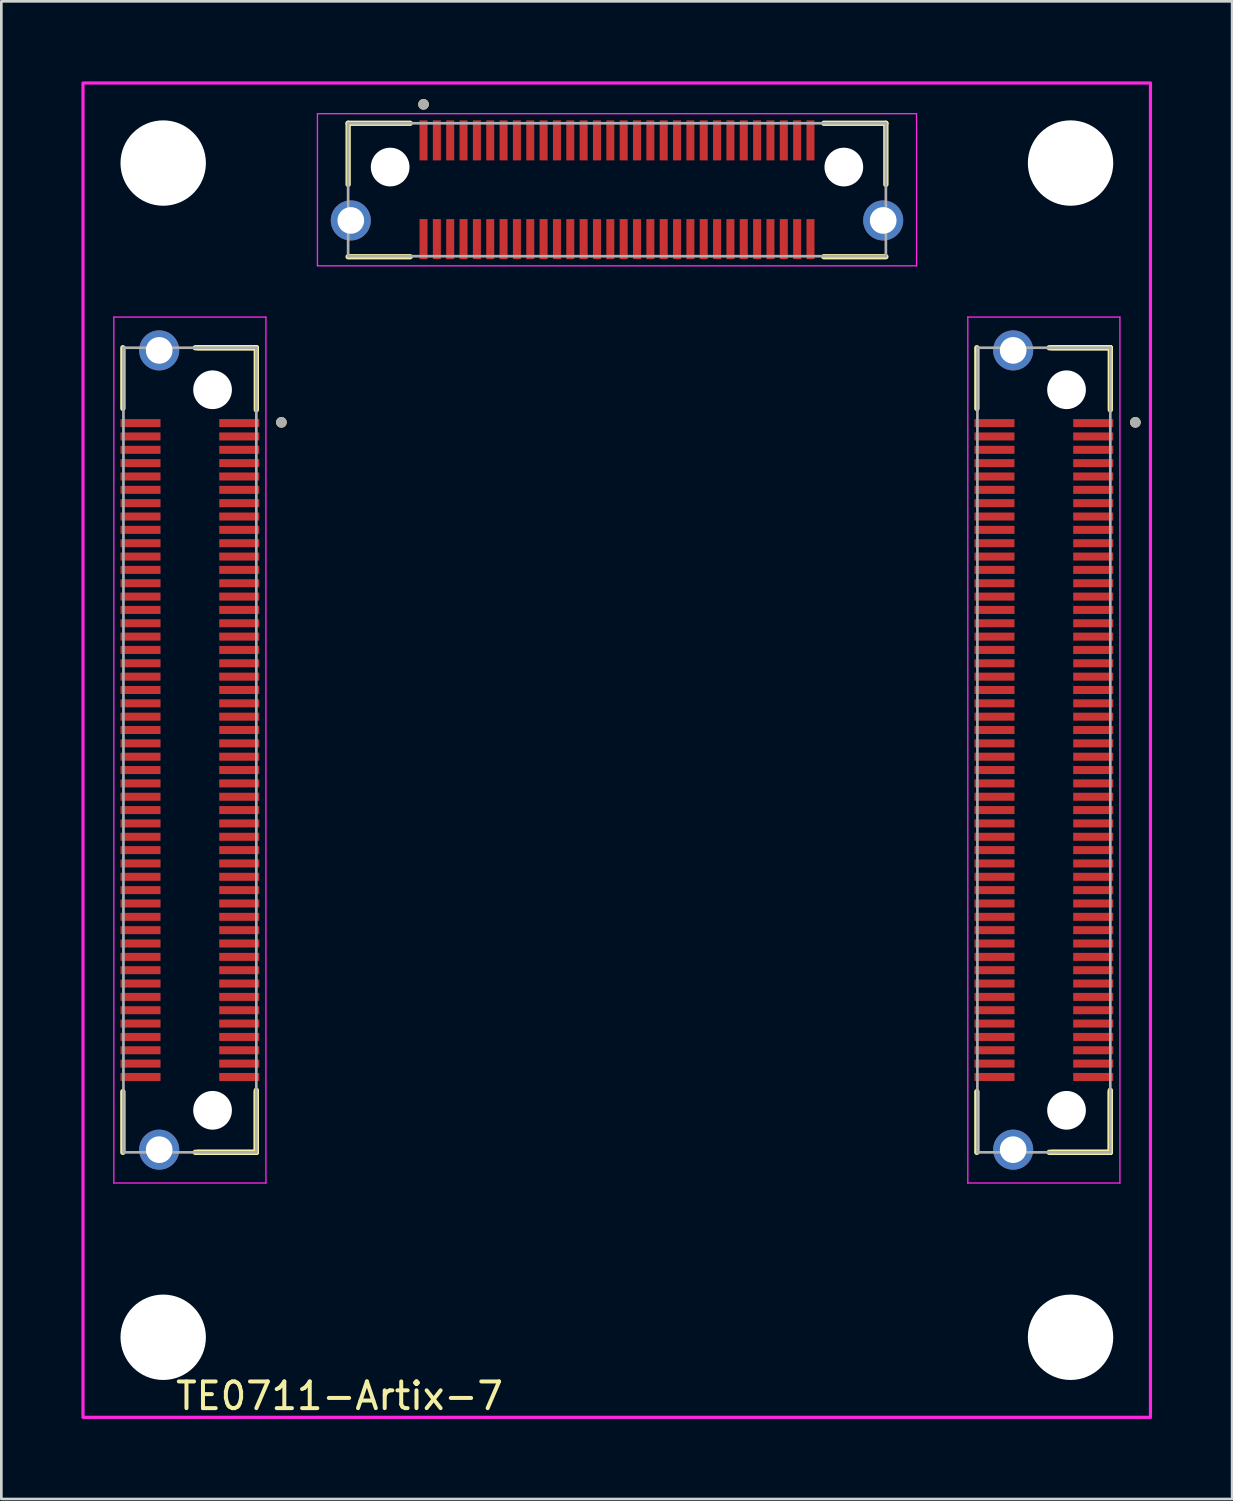
<source format=kicad_pcb>
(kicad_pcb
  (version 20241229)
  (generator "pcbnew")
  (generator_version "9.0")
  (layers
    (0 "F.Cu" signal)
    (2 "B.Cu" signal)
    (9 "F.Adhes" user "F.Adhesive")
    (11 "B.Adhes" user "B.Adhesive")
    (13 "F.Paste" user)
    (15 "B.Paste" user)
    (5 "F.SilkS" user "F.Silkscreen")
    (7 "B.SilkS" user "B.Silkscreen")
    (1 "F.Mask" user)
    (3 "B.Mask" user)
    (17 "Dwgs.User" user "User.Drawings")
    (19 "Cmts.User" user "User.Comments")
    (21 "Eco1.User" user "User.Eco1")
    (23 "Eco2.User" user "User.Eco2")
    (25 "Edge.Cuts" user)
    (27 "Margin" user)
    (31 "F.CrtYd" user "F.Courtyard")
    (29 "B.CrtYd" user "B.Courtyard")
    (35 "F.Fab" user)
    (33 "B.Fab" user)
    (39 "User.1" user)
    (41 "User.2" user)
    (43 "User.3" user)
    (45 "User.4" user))
  (footprint "TE0711-Artix-7"
    (layer "F.Cu")
    (at 4.185 39.64)
    (property "Reference" "TE0711-Artix-7" (at 5.49 9.62 0) (unlocked yes) (layer "F.SilkS") (effects (font (size 1 1) (thickness 0.15))))
    (attr smd)
    (fp_line (start -2.63 -27.385) (end -2.63 -29.66) (stroke (width 0.2) (type solid)) (layer "F.SilkS"))
    (fp_line (start -2.63 -1.785) (end -2.63 0.49) (stroke (width 0.2) (type solid)) (layer "F.SilkS"))
    (fp_line (start 0.18 -29.66) (end 2.37 -29.66) (stroke (width 0.2) (type solid)) (layer "F.SilkS"))
    (fp_line (start 0.18 0.49) (end 2.37 0.49) (stroke (width 0.2) (type solid)) (layer "F.SilkS"))
    (fp_line (start 2.37 -29.66) (end 0.08 -29.66) (stroke (width 0.2) (type solid)) (layer "F.SilkS"))
    (fp_line (start 2.37 -27.335) (end 2.37 -29.66) (stroke (width 0.2) (type solid)) (layer "F.SilkS"))
    (fp_line (start 2.37 0.49) (end 0.08 0.49) (stroke (width 0.2) (type solid)) (layer "F.SilkS"))
    (fp_line (start 2.37 0.49) (end 2.37 -1.835) (stroke (width 0.2) (type solid)) (layer "F.SilkS"))
    (fp_line (start 2.37 0.49) (end 2.37 -1.785) (stroke (width 0.2) (type solid)) (layer "F.SilkS"))
    (fp_line (start 5.81 -38.07) (end 5.81 -35.78) (stroke (width 0.2) (type solid)) (layer "F.SilkS"))
    (fp_line (start 5.81 -33.07) (end 8.135 -33.07) (stroke (width 0.2) (type solid)) (layer "F.SilkS"))
    (fp_line (start 8.135 -38.07) (end 5.81 -38.07) (stroke (width 0.2) (type solid)) (layer "F.SilkS"))
    (fp_line (start 23.635 -33.07) (end 25.96 -33.07) (stroke (width 0.2) (type solid)) (layer "F.SilkS"))
    (fp_line (start 25.96 -38.07) (end 23.635 -38.07) (stroke (width 0.2) (type solid)) (layer "F.SilkS"))
    (fp_line (start 25.96 -38.07) (end 25.96 -35.78) (stroke (width 0.2) (type solid)) (layer "F.SilkS"))
    (fp_line (start 29.37 -27.385) (end 29.37 -29.66) (stroke (width 0.2) (type solid)) (layer "F.SilkS"))
    (fp_line (start 29.37 -1.785) (end 29.37 0.49) (stroke (width 0.2) (type solid)) (layer "F.SilkS"))
    (fp_line (start 32.18 -29.66) (end 34.37 -29.66) (stroke (width 0.2) (type solid)) (layer "F.SilkS"))
    (fp_line (start 32.18 0.49) (end 34.37 0.49) (stroke (width 0.2) (type solid)) (layer "F.SilkS"))
    (fp_line (start 34.37 -29.66) (end 32.08 -29.66) (stroke (width 0.2) (type solid)) (layer "F.SilkS"))
    (fp_line (start 34.37 -27.335) (end 34.37 -29.66) (stroke (width 0.2) (type solid)) (layer "F.SilkS"))
    (fp_line (start 34.37 0.49) (end 32.08 0.49) (stroke (width 0.2) (type solid)) (layer "F.SilkS"))
    (fp_line (start 34.37 0.49) (end 34.37 -1.835) (stroke (width 0.2) (type solid)) (layer "F.SilkS"))
    (fp_line (start 34.37 0.49) (end 34.37 -1.785) (stroke (width 0.2) (type solid)) (layer "F.SilkS"))
    (fp_circle (center 3.309 -26.864) (end 3.309 -26.964) (stroke (width 0.2) (type solid)) (fill no) (layer "F.SilkS"))
    (fp_circle (center 8.635 -38.78) (end 8.535 -38.78) (stroke (width 0.2) (type solid)) (fill no) (layer "F.SilkS"))
    (fp_circle (center 35.309 -26.864) (end 35.309 -26.964) (stroke (width 0.2) (type solid)) (fill no) (layer "F.SilkS"))
    (fp_circle (center -1.27 -29.56) (end -1.27 -30.06) (stroke (width 1) (type solid)) (fill no) (layer "F.Paste"))
    (fp_circle (center -1.27 0.39) (end -1.27 -0.11) (stroke (width 1) (type solid)) (fill no) (layer "F.Paste"))
    (fp_circle (center 5.91 -34.43) (end 5.41 -34.43) (stroke (width 1) (type solid)) (fill no) (layer "F.Paste"))
    (fp_circle (center 25.86 -34.43) (end 25.36 -34.43) (stroke (width 1) (type solid)) (fill no) (layer "F.Paste"))
    (fp_circle (center 30.73 -29.56) (end 30.73 -30.06) (stroke (width 1) (type solid)) (fill no) (layer "F.Paste"))
    (fp_circle (center 30.73 0.39) (end 30.73 -0.11) (stroke (width 1) (type solid)) (fill no) (layer "F.Paste"))
    (fp_line (start -2.97 -30.81) (end -2.97 1.64) (stroke (width 0.05) (type solid)) (layer "F.CrtYd"))
    (fp_line (start -2.97 1.64) (end 2.73 1.64) (stroke (width 0.05) (type solid)) (layer "F.CrtYd"))
    (fp_line (start 2.73 -30.81) (end -2.97 -30.81) (stroke (width 0.05) (type solid)) (layer "F.CrtYd"))
    (fp_line (start 2.73 1.64) (end 2.73 -30.81) (stroke (width 0.05) (type solid)) (layer "F.CrtYd"))
    (fp_line (start 4.66 -38.43) (end 27.11 -38.43) (stroke (width 0.05) (type solid)) (layer "F.CrtYd"))
    (fp_line (start 4.66 -32.73) (end 4.66 -38.43) (stroke (width 0.05) (type solid)) (layer "F.CrtYd"))
    (fp_line (start 27.11 -38.43) (end 27.11 -32.73) (stroke (width 0.05) (type solid)) (layer "F.CrtYd"))
    (fp_line (start 27.11 -32.73) (end 4.66 -32.73) (stroke (width 0.05) (type solid)) (layer "F.CrtYd"))
    (fp_line (start 29.03 -30.81) (end 29.03 1.64) (stroke (width 0.05) (type solid)) (layer "F.CrtYd"))
    (fp_line (start 29.03 1.64) (end 34.73 1.64) (stroke (width 0.05) (type solid)) (layer "F.CrtYd"))
    (fp_line (start 34.73 -30.81) (end 29.03 -30.81) (stroke (width 0.05) (type solid)) (layer "F.CrtYd"))
    (fp_line (start 34.73 1.64) (end 34.73 -30.81) (stroke (width 0.05) (type solid)) (layer "F.CrtYd"))
    (fp_rect (start -4.125 -39.58) (end 35.875 10.42) (stroke (width 0.12) (type default)) (fill no) (layer "F.CrtYd"))
    (fp_line (start -2.61 -29.66) (end -2.61 0.49) (stroke (width 0.1) (type solid)) (layer "F.Fab"))
    (fp_line (start -2.61 0.49) (end 2.37 0.49) (stroke (width 0.1) (type solid)) (layer "F.Fab"))
    (fp_line (start 2.37 -29.66) (end -2.61 -29.66) (stroke (width 0.1) (type solid)) (layer "F.Fab"))
    (fp_line (start 2.37 0.49) (end 2.37 -29.66) (stroke (width 0.1) (type solid)) (layer "F.Fab"))
    (fp_line (start 5.81 -38.07) (end 25.96 -38.07) (stroke (width 0.1) (type solid)) (layer "F.Fab"))
    (fp_line (start 5.81 -33.09) (end 5.81 -38.07) (stroke (width 0.1) (type solid)) (layer "F.Fab"))
    (fp_line (start 25.96 -38.07) (end 25.96 -33.09) (stroke (width 0.1) (type solid)) (layer "F.Fab"))
    (fp_line (start 25.96 -33.09) (end 5.81 -33.09) (stroke (width 0.1) (type solid)) (layer "F.Fab"))
    (fp_line (start 29.39 -29.66) (end 29.39 0.49) (stroke (width 0.1) (type solid)) (layer "F.Fab"))
    (fp_line (start 29.39 0.49) (end 34.37 0.49) (stroke (width 0.1) (type solid)) (layer "F.Fab"))
    (fp_line (start 34.37 -29.66) (end 29.39 -29.66) (stroke (width 0.1) (type solid)) (layer "F.Fab"))
    (fp_line (start 34.37 0.49) (end 34.37 -29.66) (stroke (width 0.1) (type solid)) (layer "F.Fab"))
    (fp_circle (center 3.309 -26.864) (end 3.309 -26.964) (stroke (width 0.2) (type solid)) (fill no) (layer "F.Fab"))
    (fp_circle (center 8.635 -38.78) (end 8.535 -38.78) (stroke (width 0.2) (type solid)) (fill no) (layer "F.Fab"))
    (fp_circle (center 35.309 -26.864) (end 35.309 -26.964) (stroke (width 0.2) (type solid)) (fill no) (layer "F.Fab"))
    (pad "" np_thru_hole circle (at -1.12 -36.58 180) (size 3.2 3.2) (drill 3.2) (layers "*.Cu" "*.Mask"))
    (pad "" np_thru_hole circle (at -1.12 7.42 180) (size 3.2 3.2) (drill 3.2) (layers "*.Cu" "*.Mask"))
    (pad "" np_thru_hole circle (at 0.73 -28.085 90) (size 1.45 1.45) (drill 1.45) (layers "*.Cu" "*.Mask"))
    (pad "" np_thru_hole circle (at 0.73 -1.085 90) (size 1.45 1.45) (drill 1.45) (layers "*.Cu" "*.Mask"))
    (pad "" np_thru_hole circle (at 7.385 -36.43 180) (size 1.45 1.45) (drill 1.45) (layers "*.Cu" "*.Mask"))
    (pad "" np_thru_hole circle (at 24.385 -36.43 180) (size 1.45 1.45) (drill 1.45) (layers "*.Cu" "*.Mask"))
    (pad "" np_thru_hole circle (at 32.73 -28.085 90) (size 1.45 1.45) (drill 1.45) (layers "*.Cu" "*.Mask"))
    (pad "" np_thru_hole circle (at 32.73 -1.085 90) (size 1.45 1.45) (drill 1.45) (layers "*.Cu" "*.Mask"))
    (pad "" np_thru_hole circle (at 32.88 -36.58 180) (size 3.2 3.2) (drill 3.2) (layers "*.Cu" "*.Mask"))
    (pad "" np_thru_hole circle (at 32.88 7.42 180) (size 3.2 3.2) (drill 3.2) (layers "*.Cu" "*.Mask"))
    (pad "1" smd rect (at 1.73 -26.835 90) (size 0.3 1.5) (layers "F.Cu" "F.Mask" "F.Paste"))
    (pad "2" smd rect (at -1.97 -26.835 90) (size 0.3 1.5) (layers "F.Cu" "F.Mask" "F.Paste"))
    (pad "3" smd rect (at 1.73 -26.335 90) (size 0.3 1.5) (layers "F.Cu" "F.Mask" "F.Paste"))
    (pad "4" smd rect (at -1.97 -26.335 90) (size 0.3 1.5) (layers "F.Cu" "F.Mask" "F.Paste"))
    (pad "5" smd rect (at 1.73 -25.835 90) (size 0.3 1.5) (layers "F.Cu" "F.Mask" "F.Paste"))
    (pad "6" smd rect (at -1.97 -25.835 90) (size 0.3 1.5) (layers "F.Cu" "F.Mask" "F.Paste"))
    (pad "7" smd rect (at 1.73 -25.335 90) (size 0.3 1.5) (layers "F.Cu" "F.Mask" "F.Paste"))
    (pad "8" smd rect (at -1.97 -25.335 90) (size 0.3 1.5) (layers "F.Cu" "F.Mask" "F.Paste"))
    (pad "9" smd rect (at 1.73 -24.835 90) (size 0.3 1.5) (layers "F.Cu" "F.Mask" "F.Paste"))
    (pad "10" smd rect (at -1.97 -24.835 90) (size 0.3 1.5) (layers "F.Cu" "F.Mask" "F.Paste"))
    (pad "11" smd rect (at 1.73 -24.335 90) (size 0.3 1.5) (layers "F.Cu" "F.Mask" "F.Paste"))
    (pad "12" smd rect (at -1.97 -24.335 90) (size 0.3 1.5) (layers "F.Cu" "F.Mask" "F.Paste"))
    (pad "13" smd rect (at 1.73 -23.835 90) (size 0.3 1.5) (layers "F.Cu" "F.Mask" "F.Paste"))
    (pad "14" smd rect (at -1.97 -23.835 90) (size 0.3 1.5) (layers "F.Cu" "F.Mask" "F.Paste"))
    (pad "15" smd rect (at 1.73 -23.335 90) (size 0.3 1.5) (layers "F.Cu" "F.Mask" "F.Paste"))
    (pad "16" smd rect (at -1.97 -23.335 90) (size 0.3 1.5) (layers "F.Cu" "F.Mask" "F.Paste"))
    (pad "17" smd rect (at 1.73 -22.835 90) (size 0.3 1.5) (layers "F.Cu" "F.Mask" "F.Paste"))
    (pad "18" smd rect (at -1.97 -22.835 90) (size 0.3 1.5) (layers "F.Cu" "F.Mask" "F.Paste"))
    (pad "19" smd rect (at 1.73 -22.335 90) (size 0.3 1.5) (layers "F.Cu" "F.Mask" "F.Paste"))
    (pad "20" smd rect (at -1.97 -22.335 90) (size 0.3 1.5) (layers "F.Cu" "F.Mask" "F.Paste"))
    (pad "21" smd rect (at 1.73 -21.835 90) (size 0.3 1.5) (layers "F.Cu" "F.Mask" "F.Paste"))
    (pad "22" smd rect (at -1.97 -21.835 90) (size 0.3 1.5) (layers "F.Cu" "F.Mask" "F.Paste"))
    (pad "23" smd rect (at 1.73 -21.335 90) (size 0.3 1.5) (layers "F.Cu" "F.Mask" "F.Paste"))
    (pad "24" smd rect (at -1.97 -21.335 90) (size 0.3 1.5) (layers "F.Cu" "F.Mask" "F.Paste"))
    (pad "25" smd rect (at 1.73 -20.835 90) (size 0.3 1.5) (layers "F.Cu" "F.Mask" "F.Paste"))
    (pad "26" smd rect (at -1.97 -20.835 90) (size 0.3 1.5) (layers "F.Cu" "F.Mask" "F.Paste"))
    (pad "27" smd rect (at 1.73 -20.335 90) (size 0.3 1.5) (layers "F.Cu" "F.Mask" "F.Paste"))
    (pad "28" smd rect (at -1.97 -20.335 90) (size 0.3 1.5) (layers "F.Cu" "F.Mask" "F.Paste"))
    (pad "29" smd rect (at 1.73 -19.835 90) (size 0.3 1.5) (layers "F.Cu" "F.Mask" "F.Paste"))
    (pad "30" smd rect (at -1.97 -19.835 90) (size 0.3 1.5) (layers "F.Cu" "F.Mask" "F.Paste"))
    (pad "31" smd rect (at 1.73 -19.335 90) (size 0.3 1.5) (layers "F.Cu" "F.Mask" "F.Paste"))
    (pad "32" smd rect (at -1.97 -19.335 90) (size 0.3 1.5) (layers "F.Cu" "F.Mask" "F.Paste"))
    (pad "33" smd rect (at 1.73 -18.835 90) (size 0.3 1.5) (layers "F.Cu" "F.Mask" "F.Paste"))
    (pad "34" smd rect (at -1.97 -18.835 90) (size 0.3 1.5) (layers "F.Cu" "F.Mask" "F.Paste"))
    (pad "35" smd rect (at 1.73 -18.335 90) (size 0.3 1.5) (layers "F.Cu" "F.Mask" "F.Paste"))
    (pad "36" smd rect (at -1.97 -18.335 90) (size 0.3 1.5) (layers "F.Cu" "F.Mask" "F.Paste"))
    (pad "37" smd rect (at 1.73 -17.835 90) (size 0.3 1.5) (layers "F.Cu" "F.Mask" "F.Paste"))
    (pad "38" smd rect (at -1.97 -17.835 90) (size 0.3 1.5) (layers "F.Cu" "F.Mask" "F.Paste"))
    (pad "39" smd rect (at 1.73 -17.335 90) (size 0.3 1.5) (layers "F.Cu" "F.Mask" "F.Paste"))
    (pad "40" smd rect (at -1.97 -17.335 90) (size 0.3 1.5) (layers "F.Cu" "F.Mask" "F.Paste"))
    (pad "41" smd rect (at 1.73 -16.835 90) (size 0.3 1.5) (layers "F.Cu" "F.Mask" "F.Paste"))
    (pad "42" smd rect (at -1.97 -16.835 90) (size 0.3 1.5) (layers "F.Cu" "F.Mask" "F.Paste"))
    (pad "43" smd rect (at 1.73 -16.335 90) (size 0.3 1.5) (layers "F.Cu" "F.Mask" "F.Paste"))
    (pad "44" smd rect (at -1.97 -16.335 90) (size 0.3 1.5) (layers "F.Cu" "F.Mask" "F.Paste"))
    (pad "45" smd rect (at 1.73 -15.835 90) (size 0.3 1.5) (layers "F.Cu" "F.Mask" "F.Paste"))
    (pad "46" smd rect (at -1.97 -15.835 90) (size 0.3 1.5) (layers "F.Cu" "F.Mask" "F.Paste"))
    (pad "47" smd rect (at 1.73 -15.335 90) (size 0.3 1.5) (layers "F.Cu" "F.Mask" "F.Paste"))
    (pad "48" smd rect (at -1.97 -15.335 90) (size 0.3 1.5) (layers "F.Cu" "F.Mask" "F.Paste"))
    (pad "49" smd rect (at 1.73 -14.835 90) (size 0.3 1.5) (layers "F.Cu" "F.Mask" "F.Paste"))
    (pad "50" smd rect (at -1.97 -14.835 90) (size 0.3 1.5) (layers "F.Cu" "F.Mask" "F.Paste"))
    (pad "51" smd rect (at 1.73 -14.335 90) (size 0.3 1.5) (layers "F.Cu" "F.Mask" "F.Paste"))
    (pad "52" smd rect (at -1.97 -14.335 90) (size 0.3 1.5) (layers "F.Cu" "F.Mask" "F.Paste"))
    (pad "53" smd rect (at 1.73 -13.835 90) (size 0.3 1.5) (layers "F.Cu" "F.Mask" "F.Paste"))
    (pad "54" smd rect (at -1.97 -13.835 90) (size 0.3 1.5) (layers "F.Cu" "F.Mask" "F.Paste"))
    (pad "55" smd rect (at 1.73 -13.335 90) (size 0.3 1.5) (layers "F.Cu" "F.Mask" "F.Paste"))
    (pad "56" smd rect (at -1.97 -13.335 90) (size 0.3 1.5) (layers "F.Cu" "F.Mask" "F.Paste"))
    (pad "57" smd rect (at 1.73 -12.835 90) (size 0.3 1.5) (layers "F.Cu" "F.Mask" "F.Paste"))
    (pad "58" smd rect (at -1.97 -12.835 90) (size 0.3 1.5) (layers "F.Cu" "F.Mask" "F.Paste"))
    (pad "59" smd rect (at 1.73 -12.335 90) (size 0.3 1.5) (layers "F.Cu" "F.Mask" "F.Paste"))
    (pad "60" smd rect (at -1.97 -12.335 90) (size 0.3 1.5) (layers "F.Cu" "F.Mask" "F.Paste"))
    (pad "61" smd rect (at 1.73 -11.835 90) (size 0.3 1.5) (layers "F.Cu" "F.Mask" "F.Paste"))
    (pad "62" smd rect (at -1.97 -11.835 90) (size 0.3 1.5) (layers "F.Cu" "F.Mask" "F.Paste"))
    (pad "63" smd rect (at 1.73 -11.335 90) (size 0.3 1.5) (layers "F.Cu" "F.Mask" "F.Paste"))
    (pad "64" smd rect (at -1.97 -11.335 90) (size 0.3 1.5) (layers "F.Cu" "F.Mask" "F.Paste"))
    (pad "65" smd rect (at 1.73 -10.835 90) (size 0.3 1.5) (layers "F.Cu" "F.Mask" "F.Paste"))
    (pad "66" smd rect (at -1.97 -10.835 90) (size 0.3 1.5) (layers "F.Cu" "F.Mask" "F.Paste"))
    (pad "67" smd rect (at 1.73 -10.335 90) (size 0.3 1.5) (layers "F.Cu" "F.Mask" "F.Paste"))
    (pad "68" smd rect (at -1.97 -10.335 90) (size 0.3 1.5) (layers "F.Cu" "F.Mask" "F.Paste"))
    (pad "69" smd rect (at 1.73 -9.835 90) (size 0.3 1.5) (layers "F.Cu" "F.Mask" "F.Paste"))
    (pad "70" smd rect (at -1.97 -9.835 90) (size 0.3 1.5) (layers "F.Cu" "F.Mask" "F.Paste"))
    (pad "71" smd rect (at 1.73 -9.335 90) (size 0.3 1.5) (layers "F.Cu" "F.Mask" "F.Paste"))
    (pad "72" smd rect (at -1.97 -9.335 90) (size 0.3 1.5) (layers "F.Cu" "F.Mask" "F.Paste"))
    (pad "73" smd rect (at 1.73 -8.835 90) (size 0.3 1.5) (layers "F.Cu" "F.Mask" "F.Paste"))
    (pad "74" smd rect (at -1.97 -8.835 90) (size 0.3 1.5) (layers "F.Cu" "F.Mask" "F.Paste"))
    (pad "75" smd rect (at 1.73 -8.335 90) (size 0.3 1.5) (layers "F.Cu" "F.Mask" "F.Paste"))
    (pad "76" smd rect (at -1.97 -8.335 90) (size 0.3 1.5) (layers "F.Cu" "F.Mask" "F.Paste"))
    (pad "77" smd rect (at 1.73 -7.835 90) (size 0.3 1.5) (layers "F.Cu" "F.Mask" "F.Paste"))
    (pad "78" smd rect (at -1.97 -7.835 90) (size 0.3 1.5) (layers "F.Cu" "F.Mask" "F.Paste"))
    (pad "79" smd rect (at 1.73 -7.335 90) (size 0.3 1.5) (layers "F.Cu" "F.Mask" "F.Paste"))
    (pad "80" smd rect (at -1.97 -7.335 90) (size 0.3 1.5) (layers "F.Cu" "F.Mask" "F.Paste"))
    (pad "81" smd rect (at 1.73 -6.835 90) (size 0.3 1.5) (layers "F.Cu" "F.Mask" "F.Paste"))
    (pad "82" smd rect (at -1.97 -6.835 90) (size 0.3 1.5) (layers "F.Cu" "F.Mask" "F.Paste"))
    (pad "83" smd rect (at 1.73 -6.335 90) (size 0.3 1.5) (layers "F.Cu" "F.Mask" "F.Paste"))
    (pad "84" smd rect (at -1.97 -6.335 90) (size 0.3 1.5) (layers "F.Cu" "F.Mask" "F.Paste"))
    (pad "85" smd rect (at 1.73 -5.835 90) (size 0.3 1.5) (layers "F.Cu" "F.Mask" "F.Paste"))
    (pad "86" smd rect (at -1.97 -5.835 90) (size 0.3 1.5) (layers "F.Cu" "F.Mask" "F.Paste"))
    (pad "87" smd rect (at 1.73 -5.335 90) (size 0.3 1.5) (layers "F.Cu" "F.Mask" "F.Paste"))
    (pad "88" smd rect (at -1.97 -5.335 90) (size 0.3 1.5) (layers "F.Cu" "F.Mask" "F.Paste"))
    (pad "89" smd rect (at 1.73 -4.835 90) (size 0.3 1.5) (layers "F.Cu" "F.Mask" "F.Paste"))
    (pad "90" smd rect (at -1.97 -4.835 90) (size 0.3 1.5) (layers "F.Cu" "F.Mask" "F.Paste"))
    (pad "91" smd rect (at 1.73 -4.335 90) (size 0.3 1.5) (layers "F.Cu" "F.Mask" "F.Paste"))
    (pad "92" smd rect (at -1.97 -4.335 90) (size 0.3 1.5) (layers "F.Cu" "F.Mask" "F.Paste"))
    (pad "93" smd rect (at 1.73 -3.835 90) (size 0.3 1.5) (layers "F.Cu" "F.Mask" "F.Paste"))
    (pad "94" smd rect (at -1.97 -3.835 90) (size 0.3 1.5) (layers "F.Cu" "F.Mask" "F.Paste"))
    (pad "95" smd rect (at 1.73 -3.335 90) (size 0.3 1.5) (layers "F.Cu" "F.Mask" "F.Paste"))
    (pad "96" smd rect (at -1.97 -3.335 90) (size 0.3 1.5) (layers "F.Cu" "F.Mask" "F.Paste"))
    (pad "97" smd rect (at 1.73 -2.835 90) (size 0.3 1.5) (layers "F.Cu" "F.Mask" "F.Paste"))
    (pad "98" smd rect (at -1.97 -2.835 90) (size 0.3 1.5) (layers "F.Cu" "F.Mask" "F.Paste"))
    (pad "99" smd rect (at 1.73 -2.335 90) (size 0.3 1.5) (layers "F.Cu" "F.Mask" "F.Paste"))
    (pad "100" smd rect (at -1.97 -2.335 90) (size 0.3 1.5) (layers "F.Cu" "F.Mask" "F.Paste"))
    (pad "101" smd rect (at 33.73 -26.835 90) (size 0.3 1.5) (layers "F.Cu" "F.Mask" "F.Paste"))
    (pad "102" smd rect (at 30.03 -26.835 90) (size 0.3 1.5) (layers "F.Cu" "F.Mask" "F.Paste"))
    (pad "103" smd rect (at 33.73 -26.335 90) (size 0.3 1.5) (layers "F.Cu" "F.Mask" "F.Paste"))
    (pad "104" smd rect (at 30.03 -26.335 90) (size 0.3 1.5) (layers "F.Cu" "F.Mask" "F.Paste"))
    (pad "105" smd rect (at 33.73 -25.835 90) (size 0.3 1.5) (layers "F.Cu" "F.Mask" "F.Paste"))
    (pad "106" smd rect (at 30.03 -25.835 90) (size 0.3 1.5) (layers "F.Cu" "F.Mask" "F.Paste"))
    (pad "107" smd rect (at 33.73 -25.335 90) (size 0.3 1.5) (layers "F.Cu" "F.Mask" "F.Paste"))
    (pad "108" smd rect (at 30.03 -25.335 90) (size 0.3 1.5) (layers "F.Cu" "F.Mask" "F.Paste"))
    (pad "109" smd rect (at 33.73 -24.835 90) (size 0.3 1.5) (layers "F.Cu" "F.Mask" "F.Paste"))
    (pad "110" smd rect (at 30.03 -24.835 90) (size 0.3 1.5) (layers "F.Cu" "F.Mask" "F.Paste"))
    (pad "111" smd rect (at 33.73 -24.335 90) (size 0.3 1.5) (layers "F.Cu" "F.Mask" "F.Paste"))
    (pad "112" smd rect (at 30.03 -24.335 90) (size 0.3 1.5) (layers "F.Cu" "F.Mask" "F.Paste"))
    (pad "113" smd rect (at 33.73 -23.835 90) (size 0.3 1.5) (layers "F.Cu" "F.Mask" "F.Paste"))
    (pad "114" smd rect (at 30.03 -23.835 90) (size 0.3 1.5) (layers "F.Cu" "F.Mask" "F.Paste"))
    (pad "115" smd rect (at 33.73 -23.335 90) (size 0.3 1.5) (layers "F.Cu" "F.Mask" "F.Paste"))
    (pad "116" smd rect (at 30.03 -23.335 90) (size 0.3 1.5) (layers "F.Cu" "F.Mask" "F.Paste"))
    (pad "117" smd rect (at 33.73 -22.835 90) (size 0.3 1.5) (layers "F.Cu" "F.Mask" "F.Paste"))
    (pad "118" smd rect (at 30.03 -22.835 90) (size 0.3 1.5) (layers "F.Cu" "F.Mask" "F.Paste"))
    (pad "119" smd rect (at 33.73 -22.335 90) (size 0.3 1.5) (layers "F.Cu" "F.Mask" "F.Paste"))
    (pad "120" smd rect (at 30.03 -22.335 90) (size 0.3 1.5) (layers "F.Cu" "F.Mask" "F.Paste"))
    (pad "121" smd rect (at 33.73 -21.835 90) (size 0.3 1.5) (layers "F.Cu" "F.Mask" "F.Paste"))
    (pad "122" smd rect (at 30.03 -21.835 90) (size 0.3 1.5) (layers "F.Cu" "F.Mask" "F.Paste"))
    (pad "123" smd rect (at 33.73 -21.335 90) (size 0.3 1.5) (layers "F.Cu" "F.Mask" "F.Paste"))
    (pad "124" smd rect (at 30.03 -21.335 90) (size 0.3 1.5) (layers "F.Cu" "F.Mask" "F.Paste"))
    (pad "125" smd rect (at 33.73 -20.835 90) (size 0.3 1.5) (layers "F.Cu" "F.Mask" "F.Paste"))
    (pad "126" smd rect (at 30.03 -20.835 90) (size 0.3 1.5) (layers "F.Cu" "F.Mask" "F.Paste"))
    (pad "127" smd rect (at 33.73 -20.335 90) (size 0.3 1.5) (layers "F.Cu" "F.Mask" "F.Paste"))
    (pad "128" smd rect (at 30.03 -20.335 90) (size 0.3 1.5) (layers "F.Cu" "F.Mask" "F.Paste"))
    (pad "129" smd rect (at 33.73 -19.835 90) (size 0.3 1.5) (layers "F.Cu" "F.Mask" "F.Paste"))
    (pad "130" smd rect (at 30.03 -19.835 90) (size 0.3 1.5) (layers "F.Cu" "F.Mask" "F.Paste"))
    (pad "131" smd rect (at 33.73 -19.335 90) (size 0.3 1.5) (layers "F.Cu" "F.Mask" "F.Paste"))
    (pad "132" smd rect (at 30.03 -19.335 90) (size 0.3 1.5) (layers "F.Cu" "F.Mask" "F.Paste"))
    (pad "133" smd rect (at 33.73 -18.835 90) (size 0.3 1.5) (layers "F.Cu" "F.Mask" "F.Paste"))
    (pad "134" smd rect (at 30.03 -18.835 90) (size 0.3 1.5) (layers "F.Cu" "F.Mask" "F.Paste"))
    (pad "135" smd rect (at 33.73 -18.335 90) (size 0.3 1.5) (layers "F.Cu" "F.Mask" "F.Paste"))
    (pad "136" smd rect (at 30.03 -18.335 90) (size 0.3 1.5) (layers "F.Cu" "F.Mask" "F.Paste"))
    (pad "137" smd rect (at 33.73 -17.835 90) (size 0.3 1.5) (layers "F.Cu" "F.Mask" "F.Paste"))
    (pad "138" smd rect (at 30.03 -17.835 90) (size 0.3 1.5) (layers "F.Cu" "F.Mask" "F.Paste"))
    (pad "139" smd rect (at 33.73 -17.335 90) (size 0.3 1.5) (layers "F.Cu" "F.Mask" "F.Paste"))
    (pad "140" smd rect (at 30.03 -17.335 90) (size 0.3 1.5) (layers "F.Cu" "F.Mask" "F.Paste"))
    (pad "141" smd rect (at 33.73 -16.835 90) (size 0.3 1.5) (layers "F.Cu" "F.Mask" "F.Paste"))
    (pad "142" smd rect (at 30.03 -16.835 90) (size 0.3 1.5) (layers "F.Cu" "F.Mask" "F.Paste"))
    (pad "143" smd rect (at 33.73 -16.335 90) (size 0.3 1.5) (layers "F.Cu" "F.Mask" "F.Paste"))
    (pad "144" smd rect (at 30.03 -16.335 90) (size 0.3 1.5) (layers "F.Cu" "F.Mask" "F.Paste"))
    (pad "145" smd rect (at 33.73 -15.835 90) (size 0.3 1.5) (layers "F.Cu" "F.Mask" "F.Paste"))
    (pad "146" smd rect (at 30.03 -15.835 90) (size 0.3 1.5) (layers "F.Cu" "F.Mask" "F.Paste"))
    (pad "147" smd rect (at 33.73 -15.335 90) (size 0.3 1.5) (layers "F.Cu" "F.Mask" "F.Paste"))
    (pad "148" smd rect (at 30.03 -15.335 90) (size 0.3 1.5) (layers "F.Cu" "F.Mask" "F.Paste"))
    (pad "149" smd rect (at 33.73 -14.835 90) (size 0.3 1.5) (layers "F.Cu" "F.Mask" "F.Paste"))
    (pad "150" smd rect (at 30.03 -14.835 90) (size 0.3 1.5) (layers "F.Cu" "F.Mask" "F.Paste"))
    (pad "151" smd rect (at 33.73 -14.335 90) (size 0.3 1.5) (layers "F.Cu" "F.Mask" "F.Paste"))
    (pad "152" smd rect (at 30.03 -14.335 90) (size 0.3 1.5) (layers "F.Cu" "F.Mask" "F.Paste"))
    (pad "153" smd rect (at 33.73 -13.835 90) (size 0.3 1.5) (layers "F.Cu" "F.Mask" "F.Paste"))
    (pad "154" smd rect (at 30.03 -13.835 90) (size 0.3 1.5) (layers "F.Cu" "F.Mask" "F.Paste"))
    (pad "155" smd rect (at 33.73 -13.335 90) (size 0.3 1.5) (layers "F.Cu" "F.Mask" "F.Paste"))
    (pad "156" smd rect (at 30.03 -13.335 90) (size 0.3 1.5) (layers "F.Cu" "F.Mask" "F.Paste"))
    (pad "157" smd rect (at 33.73 -12.835 90) (size 0.3 1.5) (layers "F.Cu" "F.Mask" "F.Paste"))
    (pad "158" smd rect (at 30.03 -12.835 90) (size 0.3 1.5) (layers "F.Cu" "F.Mask" "F.Paste"))
    (pad "159" smd rect (at 33.73 -12.335 90) (size 0.3 1.5) (layers "F.Cu" "F.Mask" "F.Paste"))
    (pad "160" smd rect (at 30.03 -12.335 90) (size 0.3 1.5) (layers "F.Cu" "F.Mask" "F.Paste"))
    (pad "161" smd rect (at 33.73 -11.835 90) (size 0.3 1.5) (layers "F.Cu" "F.Mask" "F.Paste"))
    (pad "162" smd rect (at 30.03 -11.835 90) (size 0.3 1.5) (layers "F.Cu" "F.Mask" "F.Paste"))
    (pad "163" smd rect (at 33.73 -11.335 90) (size 0.3 1.5) (layers "F.Cu" "F.Mask" "F.Paste"))
    (pad "164" smd rect (at 30.03 -11.335 90) (size 0.3 1.5) (layers "F.Cu" "F.Mask" "F.Paste"))
    (pad "165" smd rect (at 33.73 -10.835 90) (size 0.3 1.5) (layers "F.Cu" "F.Mask" "F.Paste"))
    (pad "166" smd rect (at 30.03 -10.835 90) (size 0.3 1.5) (layers "F.Cu" "F.Mask" "F.Paste"))
    (pad "167" smd rect (at 33.73 -10.335 90) (size 0.3 1.5) (layers "F.Cu" "F.Mask" "F.Paste"))
    (pad "168" smd rect (at 30.03 -10.335 90) (size 0.3 1.5) (layers "F.Cu" "F.Mask" "F.Paste"))
    (pad "169" smd rect (at 33.73 -9.835 90) (size 0.3 1.5) (layers "F.Cu" "F.Mask" "F.Paste"))
    (pad "170" smd rect (at 30.03 -9.835 90) (size 0.3 1.5) (layers "F.Cu" "F.Mask" "F.Paste"))
    (pad "171" smd rect (at 33.73 -9.335 90) (size 0.3 1.5) (layers "F.Cu" "F.Mask" "F.Paste"))
    (pad "172" smd rect (at 30.03 -9.335 90) (size 0.3 1.5) (layers "F.Cu" "F.Mask" "F.Paste"))
    (pad "173" smd rect (at 33.73 -8.835 90) (size 0.3 1.5) (layers "F.Cu" "F.Mask" "F.Paste"))
    (pad "174" smd rect (at 30.03 -8.835 90) (size 0.3 1.5) (layers "F.Cu" "F.Mask" "F.Paste"))
    (pad "175" smd rect (at 33.73 -8.335 90) (size 0.3 1.5) (layers "F.Cu" "F.Mask" "F.Paste"))
    (pad "176" smd rect (at 30.03 -8.335 90) (size 0.3 1.5) (layers "F.Cu" "F.Mask" "F.Paste"))
    (pad "177" smd rect (at 33.73 -7.835 90) (size 0.3 1.5) (layers "F.Cu" "F.Mask" "F.Paste"))
    (pad "178" smd rect (at 30.03 -7.835 90) (size 0.3 1.5) (layers "F.Cu" "F.Mask" "F.Paste"))
    (pad "179" smd rect (at 33.73 -7.335 90) (size 0.3 1.5) (layers "F.Cu" "F.Mask" "F.Paste"))
    (pad "180" smd rect (at 30.03 -7.335 90) (size 0.3 1.5) (layers "F.Cu" "F.Mask" "F.Paste"))
    (pad "181" smd rect (at 33.73 -6.835 90) (size 0.3 1.5) (layers "F.Cu" "F.Mask" "F.Paste"))
    (pad "182" smd rect (at 30.03 -6.835 90) (size 0.3 1.5) (layers "F.Cu" "F.Mask" "F.Paste"))
    (pad "183" smd rect (at 33.73 -6.335 90) (size 0.3 1.5) (layers "F.Cu" "F.Mask" "F.Paste"))
    (pad "184" smd rect (at 30.03 -6.335 90) (size 0.3 1.5) (layers "F.Cu" "F.Mask" "F.Paste"))
    (pad "185" smd rect (at 33.73 -5.835 90) (size 0.3 1.5) (layers "F.Cu" "F.Mask" "F.Paste"))
    (pad "186" smd rect (at 30.03 -5.835 90) (size 0.3 1.5) (layers "F.Cu" "F.Mask" "F.Paste"))
    (pad "187" smd rect (at 33.73 -5.335 90) (size 0.3 1.5) (layers "F.Cu" "F.Mask" "F.Paste"))
    (pad "188" smd rect (at 30.03 -5.335 90) (size 0.3 1.5) (layers "F.Cu" "F.Mask" "F.Paste"))
    (pad "189" smd rect (at 33.73 -4.835 90) (size 0.3 1.5) (layers "F.Cu" "F.Mask" "F.Paste"))
    (pad "190" smd rect (at 30.03 -4.835 90) (size 0.3 1.5) (layers "F.Cu" "F.Mask" "F.Paste"))
    (pad "191" smd rect (at 33.73 -4.335 90) (size 0.3 1.5) (layers "F.Cu" "F.Mask" "F.Paste"))
    (pad "192" smd rect (at 30.03 -4.335 90) (size 0.3 1.5) (layers "F.Cu" "F.Mask" "F.Paste"))
    (pad "193" smd rect (at 33.73 -3.835 90) (size 0.3 1.5) (layers "F.Cu" "F.Mask" "F.Paste"))
    (pad "194" smd rect (at 30.03 -3.835 90) (size 0.3 1.5) (layers "F.Cu" "F.Mask" "F.Paste"))
    (pad "195" smd rect (at 33.73 -3.335 90) (size 0.3 1.5) (layers "F.Cu" "F.Mask" "F.Paste"))
    (pad "196" smd rect (at 30.03 -3.335 90) (size 0.3 1.5) (layers "F.Cu" "F.Mask" "F.Paste"))
    (pad "197" smd rect (at 33.73 -2.835 90) (size 0.3 1.5) (layers "F.Cu" "F.Mask" "F.Paste"))
    (pad "198" smd rect (at 30.03 -2.835 90) (size 0.3 1.5) (layers "F.Cu" "F.Mask" "F.Paste"))
    (pad "199" smd rect (at 33.73 -2.335 90) (size 0.3 1.5) (layers "F.Cu" "F.Mask" "F.Paste"))
    (pad "200" smd rect (at 30.03 -2.335 90) (size 0.3 1.5) (layers "F.Cu" "F.Mask" "F.Paste"))
    (pad "201" smd rect (at 8.635 -37.43 180) (size 0.3 1.5) (layers "F.Cu" "F.Mask" "F.Paste"))
    (pad "202" smd rect (at 8.635 -33.73 180) (size 0.3 1.5) (layers "F.Cu" "F.Mask" "F.Paste"))
    (pad "203" smd rect (at 9.135 -37.43 180) (size 0.3 1.5) (layers "F.Cu" "F.Mask" "F.Paste"))
    (pad "204" smd rect (at 9.135 -33.73 180) (size 0.3 1.5) (layers "F.Cu" "F.Mask" "F.Paste"))
    (pad "205" smd rect (at 9.635 -37.43 180) (size 0.3 1.5) (layers "F.Cu" "F.Mask" "F.Paste"))
    (pad "206" smd rect (at 9.635 -33.73 180) (size 0.3 1.5) (layers "F.Cu" "F.Mask" "F.Paste"))
    (pad "207" smd rect (at 10.135 -37.43 180) (size 0.3 1.5) (layers "F.Cu" "F.Mask" "F.Paste"))
    (pad "208" smd rect (at 10.135 -33.73 180) (size 0.3 1.5) (layers "F.Cu" "F.Mask" "F.Paste"))
    (pad "209" smd rect (at 10.635 -37.43 180) (size 0.3 1.5) (layers "F.Cu" "F.Mask" "F.Paste"))
    (pad "210" smd rect (at 10.635 -33.73 180) (size 0.3 1.5) (layers "F.Cu" "F.Mask" "F.Paste"))
    (pad "211" smd rect (at 11.135 -37.43 180) (size 0.3 1.5) (layers "F.Cu" "F.Mask" "F.Paste"))
    (pad "212" smd rect (at 11.135 -33.73 180) (size 0.3 1.5) (layers "F.Cu" "F.Mask" "F.Paste"))
    (pad "213" smd rect (at 11.635 -37.43 180) (size 0.3 1.5) (layers "F.Cu" "F.Mask" "F.Paste"))
    (pad "214" smd rect (at 11.635 -33.73 180) (size 0.3 1.5) (layers "F.Cu" "F.Mask" "F.Paste"))
    (pad "215" smd rect (at 12.135 -37.43 180) (size 0.3 1.5) (layers "F.Cu" "F.Mask" "F.Paste"))
    (pad "216" smd rect (at 12.135 -33.73 180) (size 0.3 1.5) (layers "F.Cu" "F.Mask" "F.Paste"))
    (pad "217" smd rect (at 12.635 -37.43 180) (size 0.3 1.5) (layers "F.Cu" "F.Mask" "F.Paste"))
    (pad "218" smd rect (at 12.635 -33.73 180) (size 0.3 1.5) (layers "F.Cu" "F.Mask" "F.Paste"))
    (pad "219" smd rect (at 13.135 -37.43 180) (size 0.3 1.5) (layers "F.Cu" "F.Mask" "F.Paste"))
    (pad "220" smd rect (at 13.135 -33.73 180) (size 0.3 1.5) (layers "F.Cu" "F.Mask" "F.Paste"))
    (pad "221" smd rect (at 13.635 -37.43 180) (size 0.3 1.5) (layers "F.Cu" "F.Mask" "F.Paste"))
    (pad "222" smd rect (at 13.635 -33.73 180) (size 0.3 1.5) (layers "F.Cu" "F.Mask" "F.Paste"))
    (pad "223" smd rect (at 14.135 -37.43 180) (size 0.3 1.5) (layers "F.Cu" "F.Mask" "F.Paste"))
    (pad "224" smd rect (at 14.135 -33.73 180) (size 0.3 1.5) (layers "F.Cu" "F.Mask" "F.Paste"))
    (pad "225" smd rect (at 14.635 -37.43 180) (size 0.3 1.5) (layers "F.Cu" "F.Mask" "F.Paste"))
    (pad "226" smd rect (at 14.635 -33.73 180) (size 0.3 1.5) (layers "F.Cu" "F.Mask" "F.Paste"))
    (pad "227" smd rect (at 15.135 -37.43 180) (size 0.3 1.5) (layers "F.Cu" "F.Mask" "F.Paste"))
    (pad "228" smd rect (at 15.135 -33.73 180) (size 0.3 1.5) (layers "F.Cu" "F.Mask" "F.Paste"))
    (pad "229" smd rect (at 15.635 -37.43 180) (size 0.3 1.5) (layers "F.Cu" "F.Mask" "F.Paste"))
    (pad "230" smd rect (at 15.635 -33.73 180) (size 0.3 1.5) (layers "F.Cu" "F.Mask" "F.Paste"))
    (pad "231" smd rect (at 16.135 -37.43 180) (size 0.3 1.5) (layers "F.Cu" "F.Mask" "F.Paste"))
    (pad "232" smd rect (at 16.135 -33.73 180) (size 0.3 1.5) (layers "F.Cu" "F.Mask" "F.Paste"))
    (pad "233" smd rect (at 16.635 -37.43 180) (size 0.3 1.5) (layers "F.Cu" "F.Mask" "F.Paste"))
    (pad "234" smd rect (at 16.635 -33.73 180) (size 0.3 1.5) (layers "F.Cu" "F.Mask" "F.Paste"))
    (pad "235" smd rect (at 17.135 -37.43 180) (size 0.3 1.5) (layers "F.Cu" "F.Mask" "F.Paste"))
    (pad "236" smd rect (at 17.135 -33.73 180) (size 0.3 1.5) (layers "F.Cu" "F.Mask" "F.Paste"))
    (pad "237" smd rect (at 17.635 -37.43 180) (size 0.3 1.5) (layers "F.Cu" "F.Mask" "F.Paste"))
    (pad "238" smd rect (at 17.635 -33.73 180) (size 0.3 1.5) (layers "F.Cu" "F.Mask" "F.Paste"))
    (pad "239" smd rect (at 18.135 -37.43 180) (size 0.3 1.5) (layers "F.Cu" "F.Mask" "F.Paste"))
    (pad "240" smd rect (at 18.135 -33.73 180) (size 0.3 1.5) (layers "F.Cu" "F.Mask" "F.Paste"))
    (pad "241" smd rect (at 18.635 -37.43 180) (size 0.3 1.5) (layers "F.Cu" "F.Mask" "F.Paste"))
    (pad "242" smd rect (at 18.635 -33.73 180) (size 0.3 1.5) (layers "F.Cu" "F.Mask" "F.Paste"))
    (pad "243" smd rect (at 19.135 -37.43 180) (size 0.3 1.5) (layers "F.Cu" "F.Mask" "F.Paste"))
    (pad "244" smd rect (at 19.135 -33.73 180) (size 0.3 1.5) (layers "F.Cu" "F.Mask" "F.Paste"))
    (pad "245" smd rect (at 19.635 -37.43 180) (size 0.3 1.5) (layers "F.Cu" "F.Mask" "F.Paste"))
    (pad "246" smd rect (at 19.635 -33.73 180) (size 0.3 1.5) (layers "F.Cu" "F.Mask" "F.Paste"))
    (pad "247" smd rect (at 20.135 -37.43 180) (size 0.3 1.5) (layers "F.Cu" "F.Mask" "F.Paste"))
    (pad "248" smd rect (at 20.135 -33.73 180) (size 0.3 1.5) (layers "F.Cu" "F.Mask" "F.Paste"))
    (pad "249" smd rect (at 20.635 -37.43 180) (size 0.3 1.5) (layers "F.Cu" "F.Mask" "F.Paste"))
    (pad "250" smd rect (at 20.635 -33.73 180) (size 0.3 1.5) (layers "F.Cu" "F.Mask" "F.Paste"))
    (pad "251" smd rect (at 21.135 -37.43 180) (size 0.3 1.5) (layers "F.Cu" "F.Mask" "F.Paste"))
    (pad "252" smd rect (at 21.135 -33.73 180) (size 0.3 1.5) (layers "F.Cu" "F.Mask" "F.Paste"))
    (pad "253" smd rect (at 21.635 -37.43 180) (size 0.3 1.5) (layers "F.Cu" "F.Mask" "F.Paste"))
    (pad "254" smd rect (at 21.635 -33.73 180) (size 0.3 1.5) (layers "F.Cu" "F.Mask" "F.Paste"))
    (pad "255" smd rect (at 22.135 -37.43 180) (size 0.3 1.5) (layers "F.Cu" "F.Mask" "F.Paste"))
    (pad "256" smd rect (at 22.135 -33.73 180) (size 0.3 1.5) (layers "F.Cu" "F.Mask" "F.Paste"))
    (pad "257" smd rect (at 22.635 -37.43 180) (size 0.3 1.5) (layers "F.Cu" "F.Mask" "F.Paste"))
    (pad "258" smd rect (at 22.635 -33.73 180) (size 0.3 1.5) (layers "F.Cu" "F.Mask" "F.Paste"))
    (pad "259" smd rect (at 23.135 -37.43 180) (size 0.3 1.5) (layers "F.Cu" "F.Mask" "F.Paste"))
    (pad "260" smd rect (at 23.135 -33.73 180) (size 0.3 1.5) (layers "F.Cu" "F.Mask" "F.Paste"))
    (pad "S1" thru_hole circle (at -1.27 0.39 90) (size 1.5 1.5) (drill 1) (layers "*.Cu" "*.Mask"))
    (pad "S2" thru_hole circle (at -1.27 -29.56 90) (size 1.5 1.5) (drill 1) (layers "*.Cu" "*.Mask"))
    (pad "S3" thru_hole circle (at 30.73 0.39 90) (size 1.5 1.5) (drill 1) (layers "*.Cu" "*.Mask"))
    (pad "S4" thru_hole circle (at 30.73 -29.56 90) (size 1.5 1.5) (drill 1) (layers "*.Cu" "*.Mask"))
    (pad "S5" thru_hole circle (at 25.86 -34.43 180) (size 1.5 1.5) (drill 1) (layers "*.Cu" "*.Mask"))
    (pad "S6" thru_hole circle (at 5.91 -34.43 180) (size 1.5 1.5) (drill 1) (layers "*.Cu" "*.Mask")))
  (gr_rect
    (start -3 -3)
    (end 43.12 53.12)
    (stroke (width 0.1) (type default))
    (fill no)
    (layer "Edge.Cuts")))
</source>
